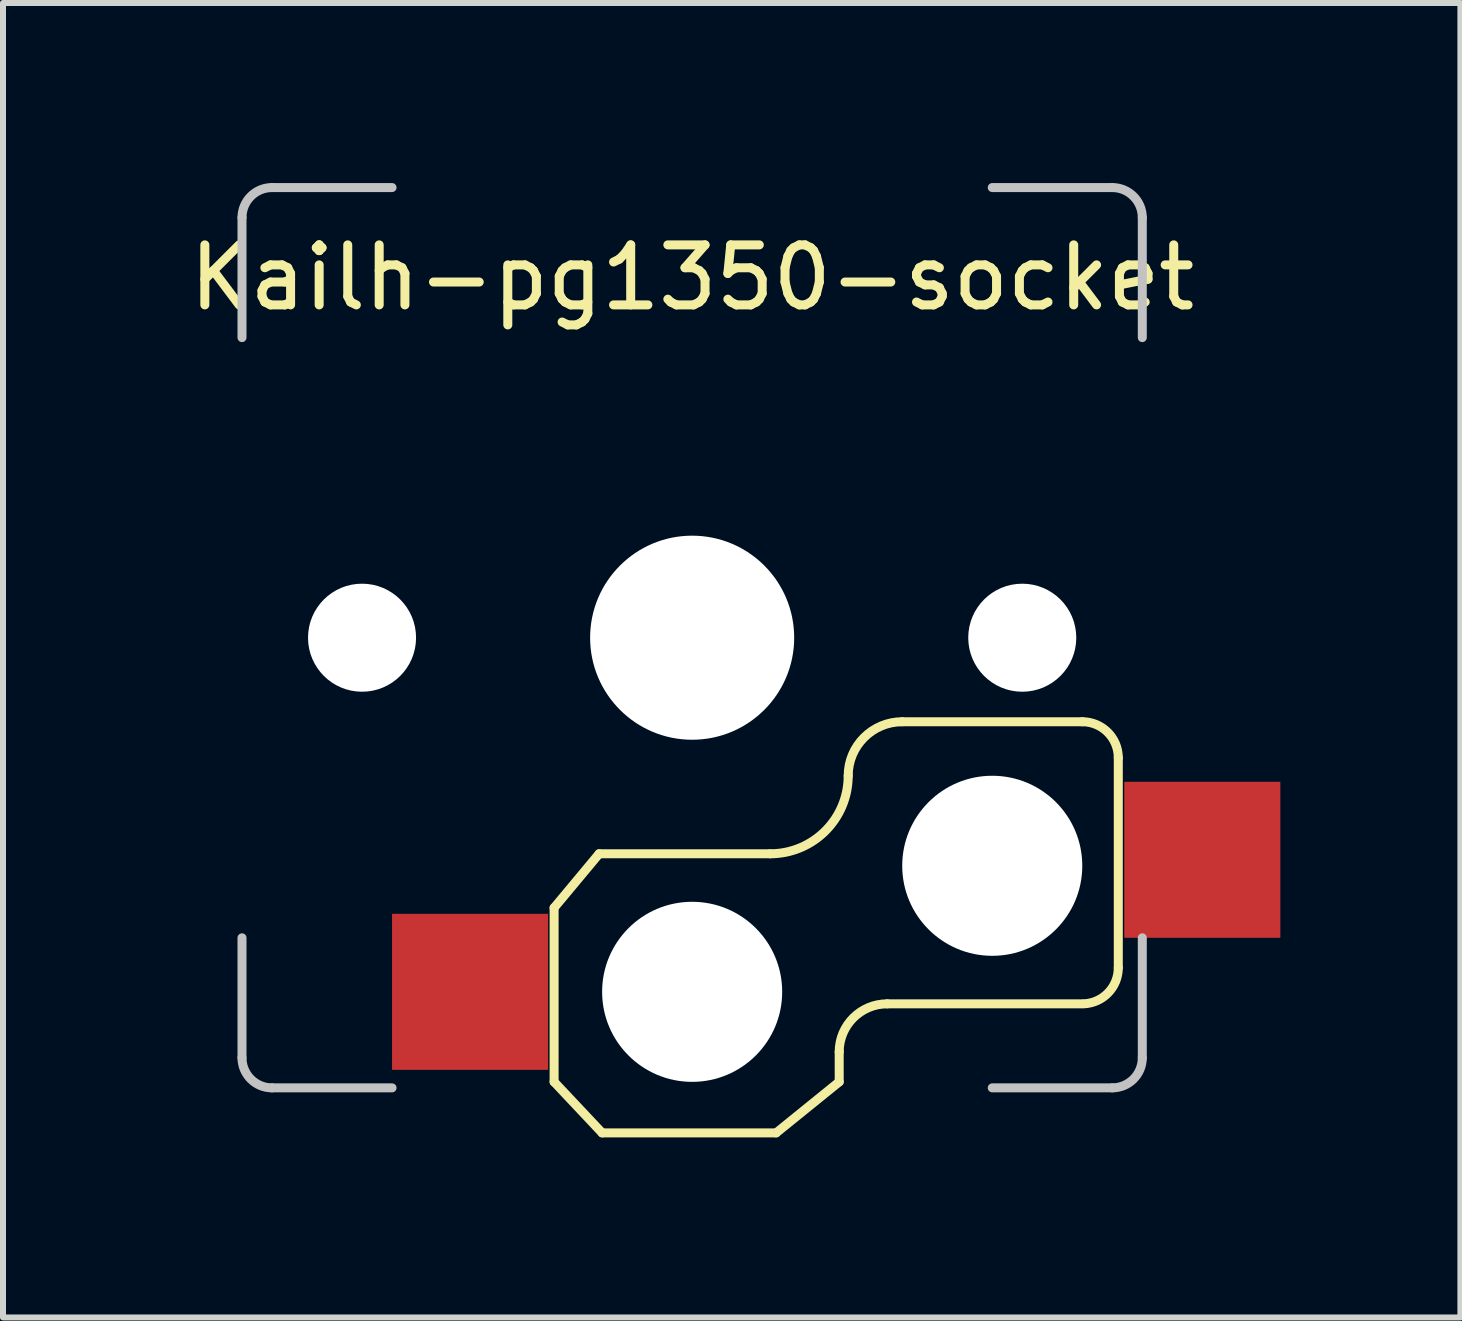
<source format=kicad_pcb>
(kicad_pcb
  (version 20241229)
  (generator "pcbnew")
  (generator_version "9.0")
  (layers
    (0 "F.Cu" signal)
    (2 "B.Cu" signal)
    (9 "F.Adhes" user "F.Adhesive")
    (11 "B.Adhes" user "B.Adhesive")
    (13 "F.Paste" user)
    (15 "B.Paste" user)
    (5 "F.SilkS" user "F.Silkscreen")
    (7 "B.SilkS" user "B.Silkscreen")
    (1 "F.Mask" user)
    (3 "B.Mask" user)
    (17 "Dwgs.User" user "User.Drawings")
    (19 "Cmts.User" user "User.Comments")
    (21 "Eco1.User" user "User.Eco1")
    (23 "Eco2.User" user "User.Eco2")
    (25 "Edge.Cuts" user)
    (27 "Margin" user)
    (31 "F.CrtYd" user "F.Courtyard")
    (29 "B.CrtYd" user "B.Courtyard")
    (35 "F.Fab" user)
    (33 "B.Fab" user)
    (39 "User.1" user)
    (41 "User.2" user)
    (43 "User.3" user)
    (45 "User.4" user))
  (footprint "Kailh-pg1350-socket"
    (layer "F.Cu")
    (at 8.482 7.475)
    (property "Reference" "Kailh-pg1350-socket" (at 0 -5.9 0) (layer "F.SilkS") (effects (font (size 1 1) (thickness 0.15))))
    (attr through_hole)
    (fp_line (start -2.3 4.6) (end -2.3 7.5) (stroke (width 0.15) (type solid)) (layer "F.SilkS"))
    (fp_line (start -2.3 7.5) (end -1.5 8.35) (stroke (width 0.15) (type solid)) (layer "F.SilkS"))
    (fp_line (start -1.55 3.7) (end -2.3 4.6) (stroke (width 0.15) (type solid)) (layer "F.SilkS"))
    (fp_line (start -1.5 8.35) (end 1.4 8.35) (stroke (width 0.15) (type solid)) (layer "F.SilkS"))
    (fp_line (start 1.3 3.7) (end -1.55 3.7) (stroke (width 0.15) (type solid)) (layer "F.SilkS"))
    (fp_line (start 1.4 8.35) (end 2.45 7.5) (stroke (width 0.15) (type solid)) (layer "F.SilkS"))
    (fp_line (start 2.45 7.5) (end 2.45 7) (stroke (width 0.15) (type solid)) (layer "F.SilkS"))
    (fp_line (start 3.25 6.2) (end 6.5 6.2) (stroke (width 0.15) (type solid)) (layer "F.SilkS"))
    (fp_line (start 6.5 1.5) (end 3.5 1.5) (stroke (width 0.15) (type solid)) (layer "F.SilkS"))
    (fp_line (start 7.1 5.6) (end 7.1 2.1) (stroke (width 0.15) (type solid)) (layer "F.SilkS"))
    (fp_arc (start 2.45 7) (mid 2.684315 6.434315) (end 3.25 6.2) (stroke (width 0.15) (type solid)) (layer "F.SilkS"))
    (fp_arc (start 2.6 2.4) (mid 2.219239 3.319239) (end 1.3 3.7) (stroke (width 0.15) (type solid)) (layer "F.SilkS"))
    (fp_arc (start 2.6 2.4) (mid 2.863604 1.763604) (end 3.5 1.5) (stroke (width 0.15) (type solid)) (layer "F.SilkS"))
    (fp_arc (start 6.5 1.5) (mid 6.924264 1.675736) (end 7.1 2.1) (stroke (width 0.15) (type solid)) (layer "F.SilkS"))
    (fp_arc (start 7.1 5.6) (mid 6.934864 6.013392) (end 6.530356 6.199232) (stroke (width 0.15) (type solid)) (layer "F.SilkS"))
    (fp_line (start -7.5 -6.9) (end -7.5 -4.9) (stroke (width 0.15) (type solid)) (layer "Dwgs.User"))
    (fp_line (start -7.5 7.1) (end -7.5 5.1) (stroke (width 0.15) (type solid)) (layer "Dwgs.User"))
    (fp_line (start -7 -7.4) (end -5 -7.4) (stroke (width 0.15) (type solid)) (layer "Dwgs.User"))
    (fp_line (start -7 7.6) (end -5 7.6) (stroke (width 0.15) (type solid)) (layer "Dwgs.User"))
    (fp_line (start 7 -7.4) (end 5 -7.4) (stroke (width 0.15) (type solid)) (layer "Dwgs.User"))
    (fp_line (start 7 7.6) (end 5 7.6) (stroke (width 0.15) (type solid)) (layer "Dwgs.User"))
    (fp_line (start 7.5 -6.9) (end 7.5 -4.9) (stroke (width 0.15) (type solid)) (layer "Dwgs.User"))
    (fp_line (start 7.5 7.1) (end 7.5 5.1) (stroke (width 0.15) (type solid)) (layer "Dwgs.User"))
    (fp_arc (start -7.5 -6.9) (mid -7.353553 -7.253553) (end -7 -7.4) (stroke (width 0.15) (type solid)) (layer "Dwgs.User"))
    (fp_arc (start -7 7.6) (mid -7.353553 7.453553) (end -7.5 7.1) (stroke (width 0.15) (type solid)) (layer "Dwgs.User"))
    (fp_arc (start 7 -7.4) (mid 7.353553 -7.253553) (end 7.5 -6.9) (stroke (width 0.15) (type solid)) (layer "Dwgs.User"))
    (fp_arc (start 7.5 7.1) (mid 7.353553 7.453553) (end 7 7.6) (stroke (width 0.15) (type solid)) (layer "Dwgs.User"))
    (pad "" np_thru_hole circle (at -5.5 0.1 90) (size 1.8 1.8) (drill 1.8) (layers "*.Cu" "*.Mask"))
    (pad "" np_thru_hole circle (at 0 0.1 90) (size 3.4 3.4) (drill 3.4) (layers "*.Cu" "*.Mask"))
    (pad "" np_thru_hole circle (at 0 6 90) (size 3 3) (drill 3) (layers "*.Cu" "*.Mask"))
    (pad "" np_thru_hole circle (at 5 3.9 90) (size 3 3) (drill 3) (layers "*.Cu" "*.Mask"))
    (pad "" np_thru_hole circle (at 5.22 4.3 90) (size 1.2 1.2) (drill 1.2) (layers "*.Cu" "*.Mask"))
    (pad "" np_thru_hole circle (at 5.5 0.1 90) (size 1.8 1.8) (drill 1.8) (layers "*.Cu" "*.Mask"))
    (pad "1" smd rect (at -3.7 6 90) (size 2.6 2.6) (layers "F.Cu" "F.Mask" "F.Paste"))
    (pad "2" smd rect (at 8.5 3.8 90) (size 2.6 2.6) (layers "F.Cu" "F.Mask" "F.Paste")))
  (gr_rect
    (start -3 -3)
    (end 21.282 18.9)
    (stroke (width 0.1) (type default))
    (fill no)
    (layer "Edge.Cuts")))
</source>
